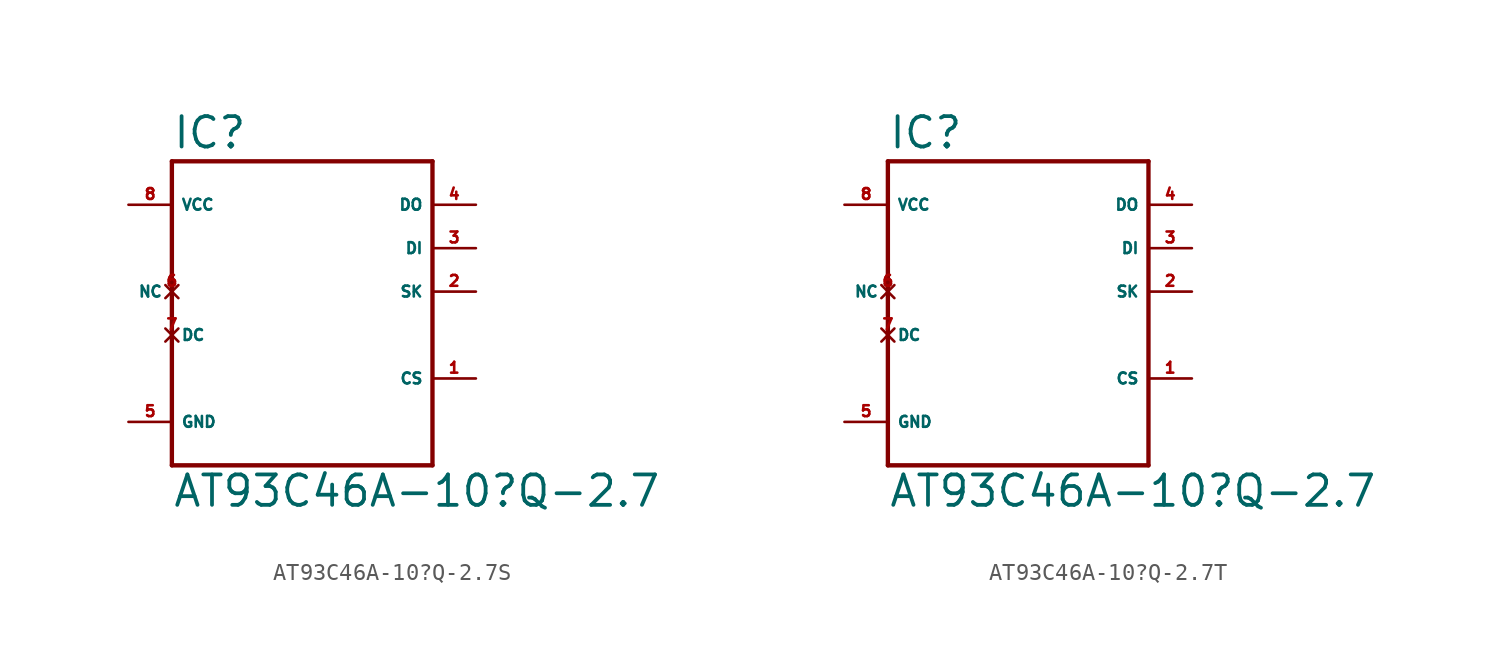
<source format=kicad_sym>
(kicad_symbol_lib
  (version 20220914)
  (generator Eagle2Kicad)
  (symbol "AT93C46A-10?Q-2.7S"
    (property "Reference" "IC"
      (at -7.62 10.795 0)
      (effects (font (size 1.778 1.778) (thickness 0.22)) (justify left bottom)))
    (property "Value" "AT93C46A-10?Q-2.7"
      (at -7.62 -10.16 0)
      (effects (font (size 1.778 1.778) (thickness 0.22)) (justify left bottom)))
    (polyline
      (pts (xy -7.62 10.16) (xy 7.62 10.16))
      (stroke (width 0.254) (type default))
      (fill (type none)))
    (polyline
      (pts (xy 7.62 10.16) (xy 7.62 -7.62))
      (stroke (width 0.254) (type default))
      (fill (type none)))
    (polyline
      (pts (xy 7.62 -7.62) (xy -7.62 -7.62))
      (stroke (width 0.254) (type default))
      (fill (type none)))
    (polyline
      (pts (xy -7.62 -7.62) (xy -7.62 10.16))
      (stroke (width 0.254) (type default))
      (fill (type none)))
    (pin output line
      (at 10.16 7.62 180)
      (length 2.54)
      (name "DO" (effects (font (size 0.635 0.635) (thickness 0.08)) (justify left bottom)))
      (number "4" (effects (font (size 0.635 0.635) (thickness 0.08)) (justify left bottom))))
    (pin input line
      (at 10.16 5.08 180)
      (length 2.54)
      (name "DI" (effects (font (size 0.635 0.635) (thickness 0.08)) (justify left bottom)))
      (number "3" (effects (font (size 0.635 0.635) (thickness 0.08)) (justify left bottom))))
    (pin input line
      (at 10.16 -2.54 180)
      (length 2.54)
      (name "CS" (effects (font (size 0.635 0.635) (thickness 0.08)) (justify left bottom)))
      (number "1" (effects (font (size 0.635 0.635) (thickness 0.08)) (justify left bottom))))
    (pin input line
      (at 10.16 2.54 180)
      (length 2.54)
      (name "SK" (effects (font (size 0.635 0.635) (thickness 0.08)) (justify left bottom)))
      (number "2" (effects (font (size 0.635 0.635) (thickness 0.08)) (justify left bottom))))
    (pin no_connect line
      (at -7.62 2.54 180)
      (length 0)
      (name "NC" (effects (font (size 0.635 0.635) (thickness 0.08)) (justify left bottom) hide))
      (number "6" (effects (font (size 0.635 0.635) (thickness 0.08)) (justify left bottom) hide)))
    (pin no_connect line
      (at -7.62 0 0)
      (length 0)
      (name "DC" (effects (font (size 0.635 0.635) (thickness 0.08)) (justify left bottom) hide))
      (number "7" (effects (font (size 0.635 0.635) (thickness 0.08)) (justify left bottom) hide)))
    (pin unspecified line
      (at -10.16 -5.08 0)
      (length 2.54)
      (name "GND" (effects (font (size 0.635 0.635) (thickness 0.08)) (justify left bottom)))
      (number "5" (effects (font (size 0.635 0.635) (thickness 0.08)) (justify left bottom))))
    (pin unspecified line
      (at -10.16 7.62 0)
      (length 2.54)
      (name "VCC" (effects (font (size 0.635 0.635) (thickness 0.08)) (justify left bottom)))
      (number "8" (effects (font (size 0.635 0.635) (thickness 0.08)) (justify left bottom)))))
  (symbol "AT93C46A-10?Q-2.7T"
    (property "Reference" "IC"
      (at -7.62 10.795 0)
      (effects (font (size 1.778 1.778) (thickness 0.22)) (justify left bottom)))
    (property "Value" "AT93C46A-10?Q-2.7"
      (at -7.62 -10.16 0)
      (effects (font (size 1.778 1.778) (thickness 0.22)) (justify left bottom)))
    (polyline
      (pts (xy -7.62 10.16) (xy 7.62 10.16))
      (stroke (width 0.254) (type default))
      (fill (type none)))
    (polyline
      (pts (xy 7.62 10.16) (xy 7.62 -7.62))
      (stroke (width 0.254) (type default))
      (fill (type none)))
    (polyline
      (pts (xy 7.62 -7.62) (xy -7.62 -7.62))
      (stroke (width 0.254) (type default))
      (fill (type none)))
    (polyline
      (pts (xy -7.62 -7.62) (xy -7.62 10.16))
      (stroke (width 0.254) (type default))
      (fill (type none)))
    (pin output line
      (at 10.16 7.62 180)
      (length 2.54)
      (name "DO" (effects (font (size 0.635 0.635) (thickness 0.08)) (justify left bottom)))
      (number "4" (effects (font (size 0.635 0.635) (thickness 0.08)) (justify left bottom))))
    (pin input line
      (at 10.16 5.08 180)
      (length 2.54)
      (name "DI" (effects (font (size 0.635 0.635) (thickness 0.08)) (justify left bottom)))
      (number "3" (effects (font (size 0.635 0.635) (thickness 0.08)) (justify left bottom))))
    (pin input line
      (at 10.16 -2.54 180)
      (length 2.54)
      (name "CS" (effects (font (size 0.635 0.635) (thickness 0.08)) (justify left bottom)))
      (number "1" (effects (font (size 0.635 0.635) (thickness 0.08)) (justify left bottom))))
    (pin input line
      (at 10.16 2.54 180)
      (length 2.54)
      (name "SK" (effects (font (size 0.635 0.635) (thickness 0.08)) (justify left bottom)))
      (number "2" (effects (font (size 0.635 0.635) (thickness 0.08)) (justify left bottom))))
    (pin no_connect line
      (at -7.62 2.54 180)
      (length 0)
      (name "NC" (effects (font (size 0.635 0.635) (thickness 0.08)) (justify left bottom) hide))
      (number "6" (effects (font (size 0.635 0.635) (thickness 0.08)) (justify left bottom) hide)))
    (pin no_connect line
      (at -7.62 0 0)
      (length 0)
      (name "DC" (effects (font (size 0.635 0.635) (thickness 0.08)) (justify left bottom) hide))
      (number "7" (effects (font (size 0.635 0.635) (thickness 0.08)) (justify left bottom) hide)))
    (pin unspecified line
      (at -10.16 -5.08 0)
      (length 2.54)
      (name "GND" (effects (font (size 0.635 0.635) (thickness 0.08)) (justify left bottom)))
      (number "5" (effects (font (size 0.635 0.635) (thickness 0.08)) (justify left bottom))))
    (pin unspecified line
      (at -10.16 7.62 0)
      (length 2.54)
      (name "VCC" (effects (font (size 0.635 0.635) (thickness 0.08)) (justify left bottom)))
      (number "8" (effects (font (size 0.635 0.635) (thickness 0.08)) (justify left bottom))))))
</source>
